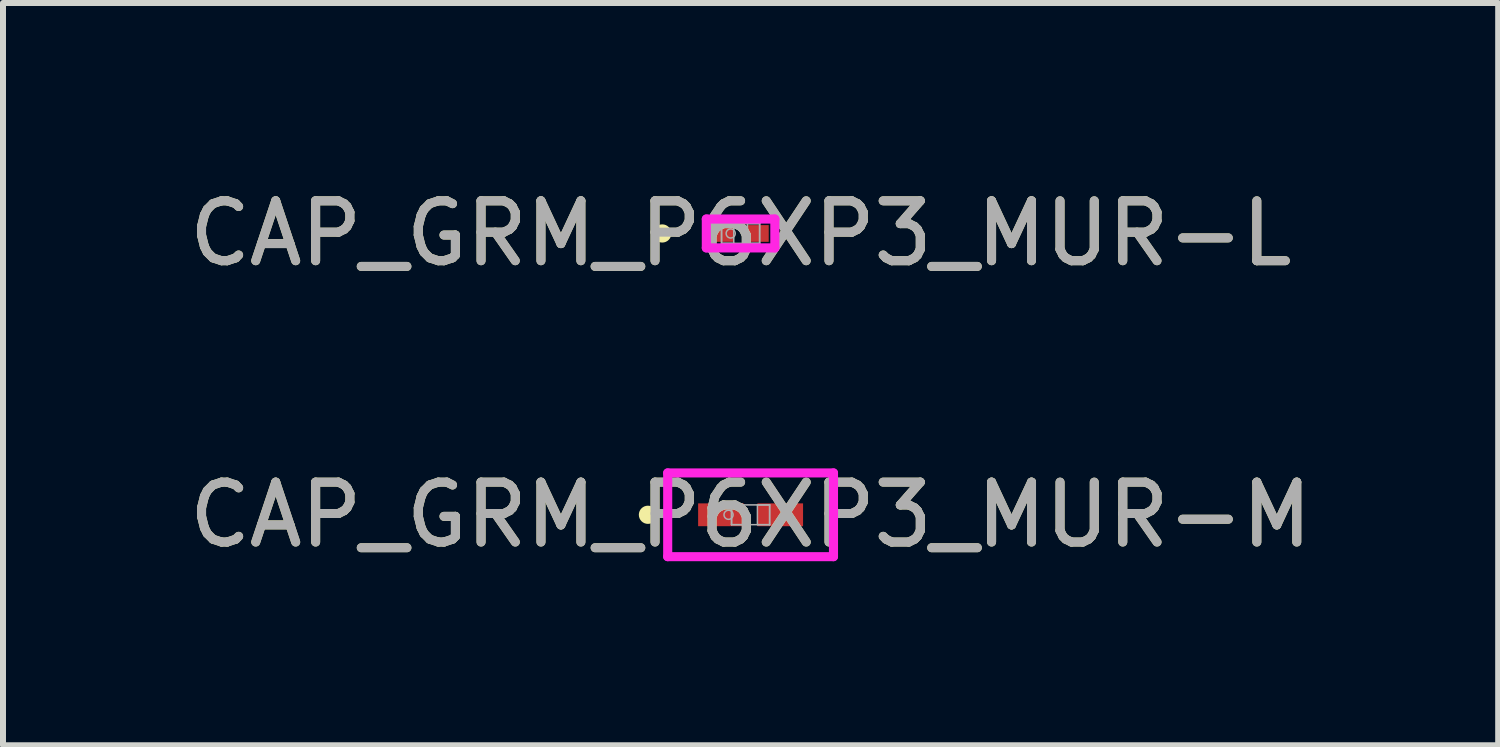
<source format=kicad_pcb>
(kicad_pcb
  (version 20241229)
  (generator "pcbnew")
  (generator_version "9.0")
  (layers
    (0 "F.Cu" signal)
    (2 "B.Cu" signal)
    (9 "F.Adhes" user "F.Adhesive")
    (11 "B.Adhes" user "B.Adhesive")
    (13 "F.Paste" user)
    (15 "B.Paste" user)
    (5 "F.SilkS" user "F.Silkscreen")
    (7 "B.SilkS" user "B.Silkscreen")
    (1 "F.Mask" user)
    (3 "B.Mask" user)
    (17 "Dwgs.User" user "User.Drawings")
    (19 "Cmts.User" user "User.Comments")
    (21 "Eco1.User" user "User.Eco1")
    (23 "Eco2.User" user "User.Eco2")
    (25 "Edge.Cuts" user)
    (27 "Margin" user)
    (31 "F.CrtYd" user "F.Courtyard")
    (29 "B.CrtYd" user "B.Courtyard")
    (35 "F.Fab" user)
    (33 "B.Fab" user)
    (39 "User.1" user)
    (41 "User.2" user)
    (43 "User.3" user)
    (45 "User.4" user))
  (footprint "CAP_GRM_P6XP3_MUR-M"
    (layer "F.Cu")
    (at 9.482 5.545)
    (property "Reference" "CAP_GRM_P6XP3_MUR-M" (at 0 0 0) (unlocked yes) (layer "F.SilkS") (effects (font (size 1 1) (thickness 0.15))))
    (attr smd)
    (fp_circle (center -1.714 0) (end -1.638 0) (stroke (width 0.152) (type solid)) (fill no) (layer "F.SilkS"))
    (fp_line (start -1.384 -0.699) (end 1.384 -0.699) (stroke (width 0.152) (type solid)) (layer "F.CrtYd"))
    (fp_line (start -1.384 0.699) (end -1.384 -0.699) (stroke (width 0.152) (type solid)) (layer "F.CrtYd"))
    (fp_line (start 1.384 -0.699) (end 1.384 0.699) (stroke (width 0.152) (type solid)) (layer "F.CrtYd"))
    (fp_line (start 1.384 0.699) (end -1.384 0.699) (stroke (width 0.152) (type solid)) (layer "F.CrtYd"))
    (fp_line (start -0.318 -0.165) (end -0.318 0.165) (stroke (width 0.025) (type solid)) (layer "F.Fab"))
    (fp_line (start -0.318 -0.165) (end -0.318 0.165) (stroke (width 0.025) (type solid)) (layer "F.Fab"))
    (fp_line (start -0.318 0.165) (end -0.114 0.165) (stroke (width 0.025) (type solid)) (layer "F.Fab"))
    (fp_line (start -0.318 0.165) (end 0.318 0.165) (stroke (width 0.025) (type solid)) (layer "F.Fab"))
    (fp_line (start -0.114 -0.165) (end -0.318 -0.165) (stroke (width 0.025) (type solid)) (layer "F.Fab"))
    (fp_line (start -0.114 0.165) (end -0.114 -0.165) (stroke (width 0.025) (type solid)) (layer "F.Fab"))
    (fp_line (start 0.114 -0.165) (end 0.114 0.165) (stroke (width 0.025) (type solid)) (layer "F.Fab"))
    (fp_line (start 0.114 0.165) (end 0.318 0.165) (stroke (width 0.025) (type solid)) (layer "F.Fab"))
    (fp_line (start 0.318 -0.165) (end -0.318 -0.165) (stroke (width 0.025) (type solid)) (layer "F.Fab"))
    (fp_line (start 0.318 -0.165) (end 0.114 -0.165) (stroke (width 0.025) (type solid)) (layer "F.Fab"))
    (fp_line (start 0.318 0.165) (end 0.318 -0.165) (stroke (width 0.025) (type solid)) (layer "F.Fab"))
    (fp_line (start 0.318 0.165) (end 0.318 -0.165) (stroke (width 0.025) (type solid)) (layer "F.Fab"))
    (fp_circle (center -0.368 0) (end -0.292 0) (stroke (width 0.025) (type solid)) (fill no) (layer "F.Fab"))
    (fp_text user "${REFERENCE}" (at 0 0 0) (unlocked yes) (layer "F.Fab") (effects (font (size 1 1) (thickness 0.15))))
    (pad "1" smd rect (at -0.495 0) (size 0.762 0.381) (layers "F.Cu" "F.Mask" "F.Paste"))
    (pad "2" smd rect (at 0.495 0) (size 0.762 0.381) (layers "F.Cu" "F.Mask" "F.Paste"))
    (zone (net_name "") (layer "F.Cu") (hatch full 0.508) (connect_pads) (min_thickness 0.254) (filled_areas_thickness no) (keepout (tracks not_allowed) (vias not_allowed) (pads allowed) (copperpour not_allowed) (footprints allowed)) (placement (enabled no)) (fill) (polygon (pts (xy 9.419 5.43) (xy 9.546 5.43) (xy 9.546 5.659) (xy 9.419 5.659)))))
  (footprint "CAP_GRM_P6XP3_MUR-L"
    (layer "F.Cu")
    (at 9.315 0.848)
    (property "Reference" "CAP_GRM_P6XP3_MUR-L" (at 0 0 0) (unlocked yes) (layer "F.SilkS") (effects (font (size 1 1) (thickness 0.15))))
    (attr smd)
    (fp_circle (center -1.308 0) (end -1.232 0) (stroke (width 0.152) (type solid)) (fill no) (layer "F.SilkS"))
    (fp_line (start -0.572 -0.241) (end 0.572 -0.241) (stroke (width 0.152) (type solid)) (layer "F.CrtYd"))
    (fp_line (start -0.572 0.241) (end -0.572 -0.241) (stroke (width 0.152) (type solid)) (layer "F.CrtYd"))
    (fp_line (start 0.572 -0.241) (end 0.572 0.241) (stroke (width 0.152) (type solid)) (layer "F.CrtYd"))
    (fp_line (start 0.572 0.241) (end -0.572 0.241) (stroke (width 0.152) (type solid)) (layer "F.CrtYd"))
    (fp_line (start -0.318 -0.165) (end -0.318 0.165) (stroke (width 0.025) (type solid)) (layer "F.Fab"))
    (fp_line (start -0.318 -0.165) (end -0.318 0.165) (stroke (width 0.025) (type solid)) (layer "F.Fab"))
    (fp_line (start -0.318 0.165) (end -0.114 0.165) (stroke (width 0.025) (type solid)) (layer "F.Fab"))
    (fp_line (start -0.318 0.165) (end 0.318 0.165) (stroke (width 0.025) (type solid)) (layer "F.Fab"))
    (fp_line (start -0.114 -0.165) (end -0.318 -0.165) (stroke (width 0.025) (type solid)) (layer "F.Fab"))
    (fp_line (start -0.114 0.165) (end -0.114 -0.165) (stroke (width 0.025) (type solid)) (layer "F.Fab"))
    (fp_line (start 0.114 -0.165) (end 0.114 0.165) (stroke (width 0.025) (type solid)) (layer "F.Fab"))
    (fp_line (start 0.114 0.165) (end 0.318 0.165) (stroke (width 0.025) (type solid)) (layer "F.Fab"))
    (fp_line (start 0.318 -0.165) (end -0.318 -0.165) (stroke (width 0.025) (type solid)) (layer "F.Fab"))
    (fp_line (start 0.318 -0.165) (end 0.114 -0.165) (stroke (width 0.025) (type solid)) (layer "F.Fab"))
    (fp_line (start 0.318 0.165) (end 0.318 -0.165) (stroke (width 0.025) (type solid)) (layer "F.Fab"))
    (fp_line (start 0.318 0.165) (end 0.318 -0.165) (stroke (width 0.025) (type solid)) (layer "F.Fab"))
    (fp_circle (center -0.165 0) (end -0.089 0) (stroke (width 0.025) (type solid)) (fill no) (layer "F.Fab"))
    (fp_text user "${REFERENCE}" (at 0 0 0) (unlocked yes) (layer "F.Fab") (effects (font (size 1 1) (thickness 0.15))))
    (pad "1" smd rect (at -0.292 0) (size 0.356 0.279) (layers "F.Cu" "F.Mask" "F.Paste"))
    (pad "2" smd rect (at 0.292 0) (size 0.356 0.279) (layers "F.Cu" "F.Mask" "F.Paste"))
    (zone (net_name "") (layer "F.Cu") (hatch full 0.508) (connect_pads) (min_thickness 0.254) (filled_areas_thickness no) (keepout (tracks not_allowed) (vias not_allowed) (pads allowed) (copperpour not_allowed) (footprints allowed)) (placement (enabled no)) (fill) (polygon (pts (xy 9.252 0.734) (xy 9.379 0.734) (xy 9.379 0.963) (xy 9.252 0.963)))))
  (gr_rect
    (start -3 -3)
    (end 21.964 9.393)
    (stroke (width 0.1) (type default))
    (fill no)
    (layer "Edge.Cuts")))
</source>
